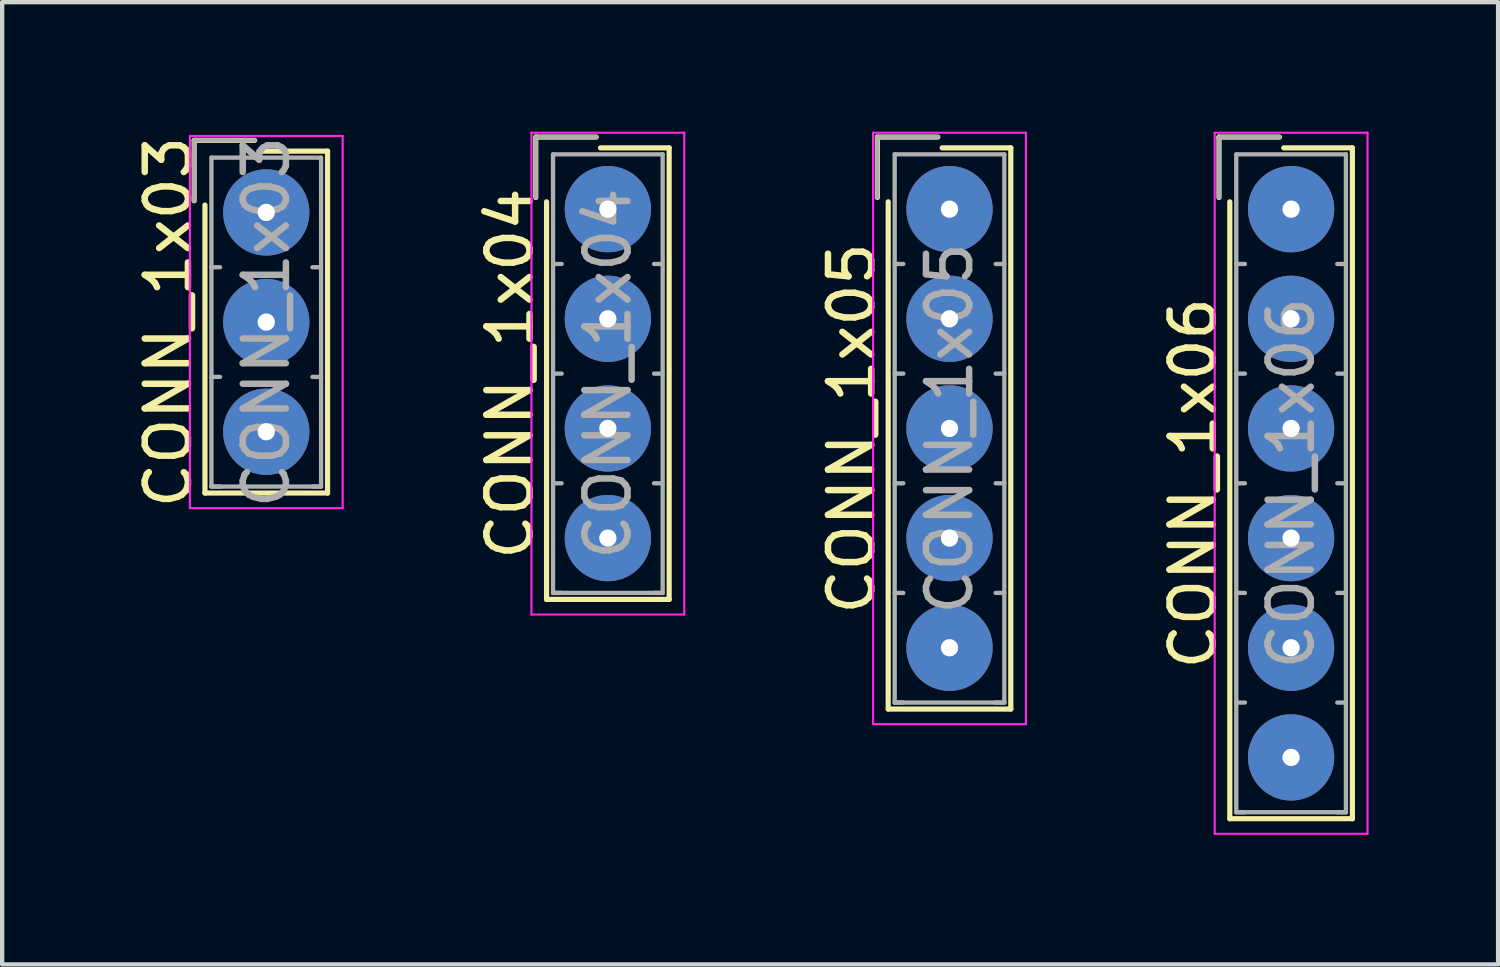
<source format=kicad_pcb>
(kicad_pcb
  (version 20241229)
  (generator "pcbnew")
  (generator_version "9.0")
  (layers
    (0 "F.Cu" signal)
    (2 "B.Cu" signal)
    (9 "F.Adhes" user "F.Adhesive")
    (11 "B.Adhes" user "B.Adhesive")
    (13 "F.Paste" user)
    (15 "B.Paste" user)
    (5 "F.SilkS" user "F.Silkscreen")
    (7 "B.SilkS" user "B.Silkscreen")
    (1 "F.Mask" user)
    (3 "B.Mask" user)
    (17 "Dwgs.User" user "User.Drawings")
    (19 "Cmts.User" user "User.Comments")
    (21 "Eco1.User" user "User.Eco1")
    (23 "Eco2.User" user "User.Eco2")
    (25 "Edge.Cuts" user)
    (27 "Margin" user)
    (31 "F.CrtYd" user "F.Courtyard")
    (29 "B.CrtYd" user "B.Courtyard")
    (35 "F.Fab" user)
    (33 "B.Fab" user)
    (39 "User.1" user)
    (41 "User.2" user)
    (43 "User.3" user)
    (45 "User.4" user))
  (footprint "CONN_1x03"
    (layer "F.Cu")
    (at 3.118 1.871)
    (property "Reference" "CONN_1x03" (at -2.27 2.54 90) (layer "F.SilkS") (effects (font (size 1 1) (thickness 0.15))))
    (attr through_hole)
    (fp_line (start -1.67 -1.67) (end -1.67 -0.27) (stroke (width 0.12) (type solid)) (layer "F.SilkS"))
    (fp_line (start -1.42 6.5) (end -1.42 -0.17) (stroke (width 0.12) (type solid)) (layer "F.SilkS"))
    (fp_line (start -0.27 -1.67) (end -1.67 -1.67) (stroke (width 0.12) (type solid)) (layer "F.SilkS"))
    (fp_line (start -0.17 -1.42) (end 1.42 -1.42) (stroke (width 0.12) (type solid)) (layer "F.SilkS"))
    (fp_line (start 1.42 -1.42) (end 1.42 6.5) (stroke (width 0.12) (type solid)) (layer "F.SilkS"))
    (fp_line (start 1.42 6.5) (end -1.42 6.5) (stroke (width 0.12) (type solid)) (layer "F.SilkS"))
    (fp_line (start -1.77 -1.77) (end -1.77 6.85) (stroke (width 0.05) (type solid)) (layer "F.CrtYd"))
    (fp_line (start -1.77 6.85) (end 1.77 6.85) (stroke (width 0.05) (type solid)) (layer "F.CrtYd"))
    (fp_line (start 1.77 -1.77) (end -1.77 -1.77) (stroke (width 0.05) (type solid)) (layer "F.CrtYd"))
    (fp_line (start 1.77 6.85) (end 1.77 -1.77) (stroke (width 0.05) (type solid)) (layer "F.CrtYd"))
    (fp_line (start -1.67 -1.67) (end -1.67 -0.27) (stroke (width 0.1) (type solid)) (layer "F.Fab"))
    (fp_line (start -1.27 -1.27) (end -1.27 6.35) (stroke (width 0.1) (type solid)) (layer "F.Fab"))
    (fp_line (start -1.27 1.27) (end -1.07 1.27) (stroke (width 0.1) (type solid)) (layer "F.Fab"))
    (fp_line (start -1.27 3.81) (end -1.07 3.81) (stroke (width 0.1) (type solid)) (layer "F.Fab"))
    (fp_line (start -1.27 6.35) (end -1.07 6.35) (stroke (width 0.1) (type solid)) (layer "F.Fab"))
    (fp_line (start -1.27 6.35) (end 1.27 6.35) (stroke (width 0.1) (type solid)) (layer "F.Fab"))
    (fp_line (start -0.27 -1.67) (end -1.67 -1.67) (stroke (width 0.1) (type solid)) (layer "F.Fab"))
    (fp_line (start 1.27 -1.27) (end -1.27 -1.27) (stroke (width 0.1) (type solid)) (layer "F.Fab"))
    (fp_line (start 1.27 1.27) (end 1.07 1.27) (stroke (width 0.1) (type solid)) (layer "F.Fab"))
    (fp_line (start 1.27 3.81) (end 1.07 3.81) (stroke (width 0.1) (type solid)) (layer "F.Fab"))
    (fp_line (start 1.27 6.35) (end 1.07 6.35) (stroke (width 0.1) (type solid)) (layer "F.Fab"))
    (fp_line (start 1.27 6.35) (end 1.27 -1.27) (stroke (width 0.1) (type solid)) (layer "F.Fab"))
    (fp_text user "${REFERENCE}" (at 0 2.54 90) (layer "F.Fab") (effects (font (size 1 1) (thickness 0.15))))
    (pad "1" thru_hole circle (at 0 0) (size 2 2) (drill 0.4) (layers "*.Cu" "*.Mask"))
    (pad "2" thru_hole circle (at 0 2.54) (size 2 2) (drill 0.4) (layers "*.Cu" "*.Mask"))
    (pad "3" thru_hole circle (at 0 5.08) (size 2 2) (drill 0.4) (layers "*.Cu" "*.Mask")))
  (footprint "CONN_1x04"
    (layer "F.Cu")
    (at 11.031 1.795)
    (property "Reference" "CONN_1x04" (at -2.27 3.81 90) (layer "F.SilkS") (effects (font (size 1 1) (thickness 0.15))))
    (attr through_hole)
    (fp_line (start -1.67 -1.67) (end -1.67 -0.27) (stroke (width 0.12) (type solid)) (layer "F.SilkS"))
    (fp_line (start -1.42 9.04) (end -1.42 -0.17) (stroke (width 0.12) (type solid)) (layer "F.SilkS"))
    (fp_line (start -0.27 -1.67) (end -1.67 -1.67) (stroke (width 0.12) (type solid)) (layer "F.SilkS"))
    (fp_line (start -0.17 -1.42) (end 1.42 -1.42) (stroke (width 0.12) (type solid)) (layer "F.SilkS"))
    (fp_line (start 1.42 -1.42) (end 1.42 9.04) (stroke (width 0.12) (type solid)) (layer "F.SilkS"))
    (fp_line (start 1.42 9.04) (end -1.42 9.04) (stroke (width 0.12) (type solid)) (layer "F.SilkS"))
    (fp_line (start -1.77 -1.77) (end -1.77 9.39) (stroke (width 0.05) (type solid)) (layer "F.CrtYd"))
    (fp_line (start -1.77 9.39) (end 1.77 9.39) (stroke (width 0.05) (type solid)) (layer "F.CrtYd"))
    (fp_line (start 1.77 -1.77) (end -1.77 -1.77) (stroke (width 0.05) (type solid)) (layer "F.CrtYd"))
    (fp_line (start 1.77 9.39) (end 1.77 -1.77) (stroke (width 0.05) (type solid)) (layer "F.CrtYd"))
    (fp_line (start -1.67 -1.67) (end -1.67 -0.27) (stroke (width 0.1) (type solid)) (layer "F.Fab"))
    (fp_line (start -1.27 -1.27) (end -1.27 8.89) (stroke (width 0.1) (type solid)) (layer "F.Fab"))
    (fp_line (start -1.27 1.27) (end -1.07 1.27) (stroke (width 0.1) (type solid)) (layer "F.Fab"))
    (fp_line (start -1.27 3.81) (end -1.07 3.81) (stroke (width 0.1) (type solid)) (layer "F.Fab"))
    (fp_line (start -1.27 6.35) (end -1.07 6.35) (stroke (width 0.1) (type solid)) (layer "F.Fab"))
    (fp_line (start -1.27 8.89) (end -1.07 8.89) (stroke (width 0.1) (type solid)) (layer "F.Fab"))
    (fp_line (start -1.27 8.89) (end 1.27 8.89) (stroke (width 0.1) (type solid)) (layer "F.Fab"))
    (fp_line (start -0.27 -1.67) (end -1.67 -1.67) (stroke (width 0.1) (type solid)) (layer "F.Fab"))
    (fp_line (start 1.27 -1.27) (end -1.27 -1.27) (stroke (width 0.1) (type solid)) (layer "F.Fab"))
    (fp_line (start 1.27 1.27) (end 1.07 1.27) (stroke (width 0.1) (type solid)) (layer "F.Fab"))
    (fp_line (start 1.27 3.81) (end 1.07 3.81) (stroke (width 0.1) (type solid)) (layer "F.Fab"))
    (fp_line (start 1.27 6.35) (end 1.07 6.35) (stroke (width 0.1) (type solid)) (layer "F.Fab"))
    (fp_line (start 1.27 8.89) (end 1.07 8.89) (stroke (width 0.1) (type solid)) (layer "F.Fab"))
    (fp_line (start 1.27 8.89) (end 1.27 -1.27) (stroke (width 0.1) (type solid)) (layer "F.Fab"))
    (fp_text user "${REFERENCE}" (at 0 3.81 90) (layer "F.Fab") (effects (font (size 1 1) (thickness 0.15))))
    (pad "1" thru_hole circle (at 0 0) (size 2 2) (drill 0.4) (layers "*.Cu" "*.Mask"))
    (pad "2" thru_hole circle (at 0 2.54) (size 2 2) (drill 0.4) (layers "*.Cu" "*.Mask"))
    (pad "3" thru_hole circle (at 0 5.08) (size 2 2) (drill 0.4) (layers "*.Cu" "*.Mask"))
    (pad "4" thru_hole circle (at 0 7.62) (size 2 2) (drill 0.4) (layers "*.Cu" "*.Mask")))
  (footprint "CONN_1x05"
    (layer "F.Cu")
    (at 18.945 1.795)
    (property "Reference" "CONN_1x05" (at -2.27 5.08 90) (layer "F.SilkS") (effects (font (size 1 1) (thickness 0.15))))
    (attr through_hole)
    (fp_line (start -1.67 -1.67) (end -1.67 -0.27) (stroke (width 0.12) (type solid)) (layer "F.SilkS"))
    (fp_line (start -1.42 11.58) (end -1.42 -0.17) (stroke (width 0.12) (type solid)) (layer "F.SilkS"))
    (fp_line (start -0.27 -1.67) (end -1.67 -1.67) (stroke (width 0.12) (type solid)) (layer "F.SilkS"))
    (fp_line (start -0.17 -1.42) (end 1.42 -1.42) (stroke (width 0.12) (type solid)) (layer "F.SilkS"))
    (fp_line (start 1.42 -1.42) (end 1.42 11.58) (stroke (width 0.12) (type solid)) (layer "F.SilkS"))
    (fp_line (start 1.42 11.58) (end -1.42 11.58) (stroke (width 0.12) (type solid)) (layer "F.SilkS"))
    (fp_line (start -1.77 -1.77) (end -1.77 11.93) (stroke (width 0.05) (type solid)) (layer "F.CrtYd"))
    (fp_line (start -1.77 11.93) (end 1.77 11.93) (stroke (width 0.05) (type solid)) (layer "F.CrtYd"))
    (fp_line (start 1.77 -1.77) (end -1.77 -1.77) (stroke (width 0.05) (type solid)) (layer "F.CrtYd"))
    (fp_line (start 1.77 11.93) (end 1.77 -1.77) (stroke (width 0.05) (type solid)) (layer "F.CrtYd"))
    (fp_line (start -1.67 -1.67) (end -1.67 -0.27) (stroke (width 0.1) (type solid)) (layer "F.Fab"))
    (fp_line (start -1.27 -1.27) (end -1.27 11.43) (stroke (width 0.1) (type solid)) (layer "F.Fab"))
    (fp_line (start -1.27 1.27) (end -1.07 1.27) (stroke (width 0.1) (type solid)) (layer "F.Fab"))
    (fp_line (start -1.27 3.81) (end -1.07 3.81) (stroke (width 0.1) (type solid)) (layer "F.Fab"))
    (fp_line (start -1.27 6.35) (end -1.07 6.35) (stroke (width 0.1) (type solid)) (layer "F.Fab"))
    (fp_line (start -1.27 8.89) (end -1.07 8.89) (stroke (width 0.1) (type solid)) (layer "F.Fab"))
    (fp_line (start -1.27 11.43) (end -1.07 11.43) (stroke (width 0.1) (type solid)) (layer "F.Fab"))
    (fp_line (start -1.27 11.43) (end 1.27 11.43) (stroke (width 0.1) (type solid)) (layer "F.Fab"))
    (fp_line (start -0.27 -1.67) (end -1.67 -1.67) (stroke (width 0.1) (type solid)) (layer "F.Fab"))
    (fp_line (start 1.27 -1.27) (end -1.27 -1.27) (stroke (width 0.1) (type solid)) (layer "F.Fab"))
    (fp_line (start 1.27 1.27) (end 1.07 1.27) (stroke (width 0.1) (type solid)) (layer "F.Fab"))
    (fp_line (start 1.27 3.81) (end 1.07 3.81) (stroke (width 0.1) (type solid)) (layer "F.Fab"))
    (fp_line (start 1.27 6.35) (end 1.07 6.35) (stroke (width 0.1) (type solid)) (layer "F.Fab"))
    (fp_line (start 1.27 8.89) (end 1.07 8.89) (stroke (width 0.1) (type solid)) (layer "F.Fab"))
    (fp_line (start 1.27 11.43) (end 1.07 11.43) (stroke (width 0.1) (type solid)) (layer "F.Fab"))
    (fp_line (start 1.27 11.43) (end 1.27 -1.27) (stroke (width 0.1) (type solid)) (layer "F.Fab"))
    (fp_text user "${REFERENCE}" (at 0 5.08 90) (layer "F.Fab") (effects (font (size 1 1) (thickness 0.15))))
    (pad "1" thru_hole circle (at 0 0) (size 2 2) (drill 0.4) (layers "*.Cu" "*.Mask"))
    (pad "2" thru_hole circle (at 0 2.54) (size 2 2) (drill 0.4) (layers "*.Cu" "*.Mask"))
    (pad "3" thru_hole circle (at 0 5.08) (size 2 2) (drill 0.4) (layers "*.Cu" "*.Mask"))
    (pad "4" thru_hole circle (at 0 7.62) (size 2 2) (drill 0.4) (layers "*.Cu" "*.Mask"))
    (pad "5" thru_hole circle (at 0 10.16) (size 2 2) (drill 0.4) (layers "*.Cu" "*.Mask")))
  (footprint "CONN_1x06"
    (layer "F.Cu")
    (at 26.858 1.795)
    (property "Reference" "CONN_1x06" (at -2.27 6.35 90) (layer "F.SilkS") (effects (font (size 1 1) (thickness 0.15))))
    (attr through_hole)
    (fp_line (start -1.67 -1.67) (end -1.67 -0.27) (stroke (width 0.12) (type solid)) (layer "F.SilkS"))
    (fp_line (start -1.42 14.12) (end -1.42 -0.17) (stroke (width 0.12) (type solid)) (layer "F.SilkS"))
    (fp_line (start -0.27 -1.67) (end -1.67 -1.67) (stroke (width 0.12) (type solid)) (layer "F.SilkS"))
    (fp_line (start -0.17 -1.42) (end 1.42 -1.42) (stroke (width 0.12) (type solid)) (layer "F.SilkS"))
    (fp_line (start 1.42 -1.42) (end 1.42 14.12) (stroke (width 0.12) (type solid)) (layer "F.SilkS"))
    (fp_line (start 1.42 14.12) (end -1.42 14.12) (stroke (width 0.12) (type solid)) (layer "F.SilkS"))
    (fp_line (start -1.77 -1.77) (end -1.77 14.47) (stroke (width 0.05) (type solid)) (layer "F.CrtYd"))
    (fp_line (start -1.77 14.47) (end 1.77 14.47) (stroke (width 0.05) (type solid)) (layer "F.CrtYd"))
    (fp_line (start 1.77 -1.77) (end -1.77 -1.77) (stroke (width 0.05) (type solid)) (layer "F.CrtYd"))
    (fp_line (start 1.77 14.47) (end 1.77 -1.77) (stroke (width 0.05) (type solid)) (layer "F.CrtYd"))
    (fp_line (start -1.67 -1.67) (end -1.67 -0.27) (stroke (width 0.1) (type solid)) (layer "F.Fab"))
    (fp_line (start -1.27 -1.27) (end -1.27 13.97) (stroke (width 0.1) (type solid)) (layer "F.Fab"))
    (fp_line (start -1.27 1.27) (end -1.07 1.27) (stroke (width 0.1) (type solid)) (layer "F.Fab"))
    (fp_line (start -1.27 3.81) (end -1.07 3.81) (stroke (width 0.1) (type solid)) (layer "F.Fab"))
    (fp_line (start -1.27 6.35) (end -1.07 6.35) (stroke (width 0.1) (type solid)) (layer "F.Fab"))
    (fp_line (start -1.27 8.89) (end -1.07 8.89) (stroke (width 0.1) (type solid)) (layer "F.Fab"))
    (fp_line (start -1.27 11.43) (end -1.07 11.43) (stroke (width 0.1) (type solid)) (layer "F.Fab"))
    (fp_line (start -1.27 13.97) (end -1.07 13.97) (stroke (width 0.1) (type solid)) (layer "F.Fab"))
    (fp_line (start -1.27 13.97) (end 1.27 13.97) (stroke (width 0.1) (type solid)) (layer "F.Fab"))
    (fp_line (start -0.27 -1.67) (end -1.67 -1.67) (stroke (width 0.1) (type solid)) (layer "F.Fab"))
    (fp_line (start 1.27 -1.27) (end -1.27 -1.27) (stroke (width 0.1) (type solid)) (layer "F.Fab"))
    (fp_line (start 1.27 1.27) (end 1.07 1.27) (stroke (width 0.1) (type solid)) (layer "F.Fab"))
    (fp_line (start 1.27 3.81) (end 1.07 3.81) (stroke (width 0.1) (type solid)) (layer "F.Fab"))
    (fp_line (start 1.27 6.35) (end 1.07 6.35) (stroke (width 0.1) (type solid)) (layer "F.Fab"))
    (fp_line (start 1.27 8.89) (end 1.07 8.89) (stroke (width 0.1) (type solid)) (layer "F.Fab"))
    (fp_line (start 1.27 11.43) (end 1.07 11.43) (stroke (width 0.1) (type solid)) (layer "F.Fab"))
    (fp_line (start 1.27 13.97) (end 1.07 13.97) (stroke (width 0.1) (type solid)) (layer "F.Fab"))
    (fp_line (start 1.27 13.97) (end 1.27 -1.27) (stroke (width 0.1) (type solid)) (layer "F.Fab"))
    (fp_text user "${REFERENCE}" (at 0 6.35 90) (layer "F.Fab") (effects (font (size 1 1) (thickness 0.15))))
    (pad "1" thru_hole circle (at 0 0) (size 2 2) (drill 0.4) (layers "*.Cu" "*.Mask"))
    (pad "2" thru_hole circle (at 0 2.54) (size 2 2) (drill 0.4) (layers "*.Cu" "*.Mask"))
    (pad "3" thru_hole circle (at 0 5.08) (size 2 2) (drill 0.4) (layers "*.Cu" "*.Mask"))
    (pad "4" thru_hole circle (at 0 7.62) (size 2 2) (drill 0.4) (layers "*.Cu" "*.Mask"))
    (pad "5" thru_hole circle (at 0 10.16) (size 2 2) (drill 0.4) (layers "*.Cu" "*.Mask"))
    (pad "6" thru_hole circle (at 0 12.7) (size 2 2) (drill 0.4) (layers "*.Cu" "*.Mask")))
  (gr_rect
    (start -3 -3)
    (end 31.653 19.29)
    (stroke (width 0.1) (type default))
    (fill no)
    (layer "Edge.Cuts")))
</source>
